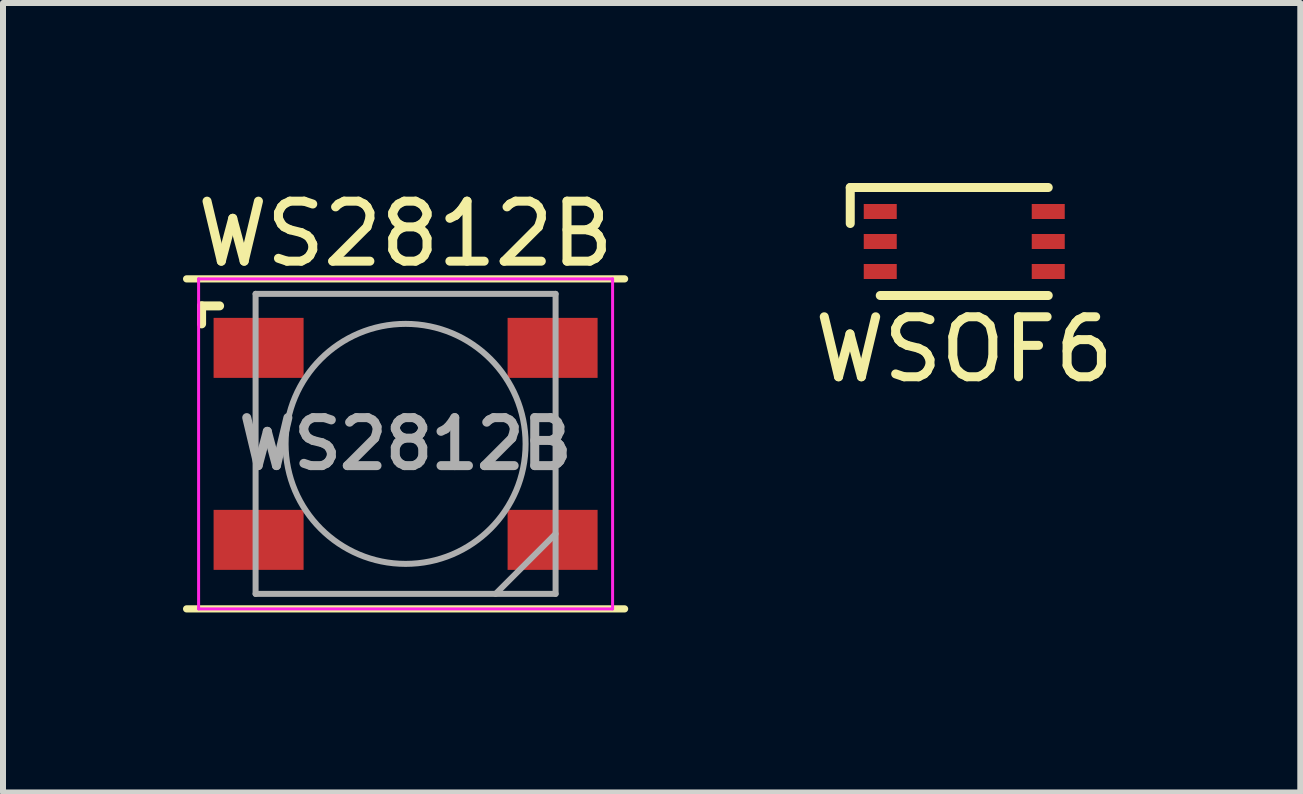
<source format=kicad_pcb>
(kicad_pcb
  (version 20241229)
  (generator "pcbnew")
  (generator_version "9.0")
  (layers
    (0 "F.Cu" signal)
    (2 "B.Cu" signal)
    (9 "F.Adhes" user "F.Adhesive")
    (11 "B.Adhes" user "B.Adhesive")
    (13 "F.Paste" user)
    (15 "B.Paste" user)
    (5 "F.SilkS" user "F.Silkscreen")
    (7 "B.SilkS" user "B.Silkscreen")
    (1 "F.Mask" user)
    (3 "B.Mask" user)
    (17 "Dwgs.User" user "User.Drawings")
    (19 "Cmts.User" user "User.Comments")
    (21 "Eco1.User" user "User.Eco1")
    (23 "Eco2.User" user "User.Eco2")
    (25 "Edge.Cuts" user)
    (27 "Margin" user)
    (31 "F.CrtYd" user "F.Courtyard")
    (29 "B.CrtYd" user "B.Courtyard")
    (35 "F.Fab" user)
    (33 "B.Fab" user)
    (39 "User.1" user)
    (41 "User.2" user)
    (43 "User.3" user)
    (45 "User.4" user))
  (footprint "WS2812B"
    (layer "F.Cu")
    (at 3.71 4.348)
    (property "Reference" "WS2812B" (at 0 -3.5 0) (layer "F.SilkS") (effects (font (size 1 1) (thickness 0.15))))
    (attr smd)
    (fp_line (start -3.65 -2.75) (end 3.65 -2.75) (stroke (width 0.12) (type solid)) (layer "F.SilkS"))
    (fp_line (start -3.65 2.75) (end 3.65 2.75) (stroke (width 0.12) (type solid)) (layer "F.SilkS"))
    (fp_line (start -3.4 -2.3) (end -3.4 -2) (stroke (width 0.15) (type solid)) (layer "F.SilkS"))
    (fp_line (start -3.4 -2.3) (end -3.1 -2.3) (stroke (width 0.15) (type solid)) (layer "F.SilkS"))
    (fp_line (start -3.45 -2.75) (end -3.45 2.75) (stroke (width 0.05) (type solid)) (layer "F.CrtYd"))
    (fp_line (start -3.45 2.75) (end 3.45 2.75) (stroke (width 0.05) (type solid)) (layer "F.CrtYd"))
    (fp_line (start 3.45 -2.75) (end -3.45 -2.75) (stroke (width 0.05) (type solid)) (layer "F.CrtYd"))
    (fp_line (start 3.45 2.75) (end 3.45 -2.75) (stroke (width 0.05) (type solid)) (layer "F.CrtYd"))
    (fp_line (start -2.5 -2.5) (end -2.5 2.5) (stroke (width 0.1) (type solid)) (layer "F.Fab"))
    (fp_line (start -2.5 2.5) (end 2.5 2.5) (stroke (width 0.1) (type solid)) (layer "F.Fab"))
    (fp_line (start 2.5 -2.5) (end -2.5 -2.5) (stroke (width 0.1) (type solid)) (layer "F.Fab"))
    (fp_line (start 2.5 1.5) (end 1.5 2.5) (stroke (width 0.1) (type solid)) (layer "F.Fab"))
    (fp_line (start 2.5 2.5) (end 2.5 -2.5) (stroke (width 0.1) (type solid)) (layer "F.Fab"))
    (fp_circle (center 0 0) (end 0 -2) (stroke (width 0.1) (type solid)) (fill no) (layer "F.Fab"))
    (fp_text user "${REFERENCE}" (at 0 0 0) (layer "F.Fab") (effects (font (size 0.8 0.8) (thickness 0.15))))
    (pad "1" smd rect (at -2.45 -1.6) (size 1.5 1) (layers "F.Cu" "F.Mask" "F.Paste"))
    (pad "2" smd rect (at -2.45 1.6) (size 1.5 1) (layers "F.Cu" "F.Mask" "F.Paste"))
    (pad "3" smd rect (at 2.45 1.6) (size 1.5 1) (layers "F.Cu" "F.Mask" "F.Paste"))
    (pad "4" smd rect (at 2.45 -1.6) (size 1.5 1) (layers "F.Cu" "F.Mask" "F.Paste")))
  (footprint "WSOF6"
    (layer "F.Cu")
    (at 13.021 0.975)
    (property "Reference" "WSOF6" (at 0 1.8 0) (layer "F.SilkS") (effects (font (size 1 1) (thickness 0.15))))
    (attr through_hole)
    (fp_line (start -1.9 -0.9) (end -1.9 -0.3) (stroke (width 0.15) (type solid)) (layer "F.SilkS"))
    (fp_line (start -1.9 -0.9) (end 1.4 -0.9) (stroke (width 0.15) (type solid)) (layer "F.SilkS"))
    (fp_line (start -1.4 0.9) (end 1.4 0.9) (stroke (width 0.15) (type solid)) (layer "F.SilkS"))
    (pad "1" smd rect (at -1.4 -0.5) (size 0.55 0.25) (layers "F.Cu" "F.Mask" "F.Paste"))
    (pad "2" smd rect (at -1.4 0) (size 0.55 0.25) (layers "F.Cu" "F.Mask" "F.Paste"))
    (pad "3" smd rect (at -1.4 0.5) (size 0.55 0.25) (layers "F.Cu" "F.Mask" "F.Paste"))
    (pad "4" smd rect (at 1.4 -0.5) (size 0.55 0.25) (layers "F.Cu" "F.Mask" "F.Paste"))
    (pad "5" smd rect (at 1.4 0) (size 0.55 0.25) (layers "F.Cu" "F.Mask" "F.Paste"))
    (pad "6" smd rect (at 1.4 0.5) (size 0.55 0.25) (layers "F.Cu" "F.Mask" "F.Paste")))
  (gr_rect
    (start -3 -3)
    (end 18.622 10.158)
    (stroke (width 0.1) (type default))
    (fill no)
    (layer "Edge.Cuts")))
</source>
